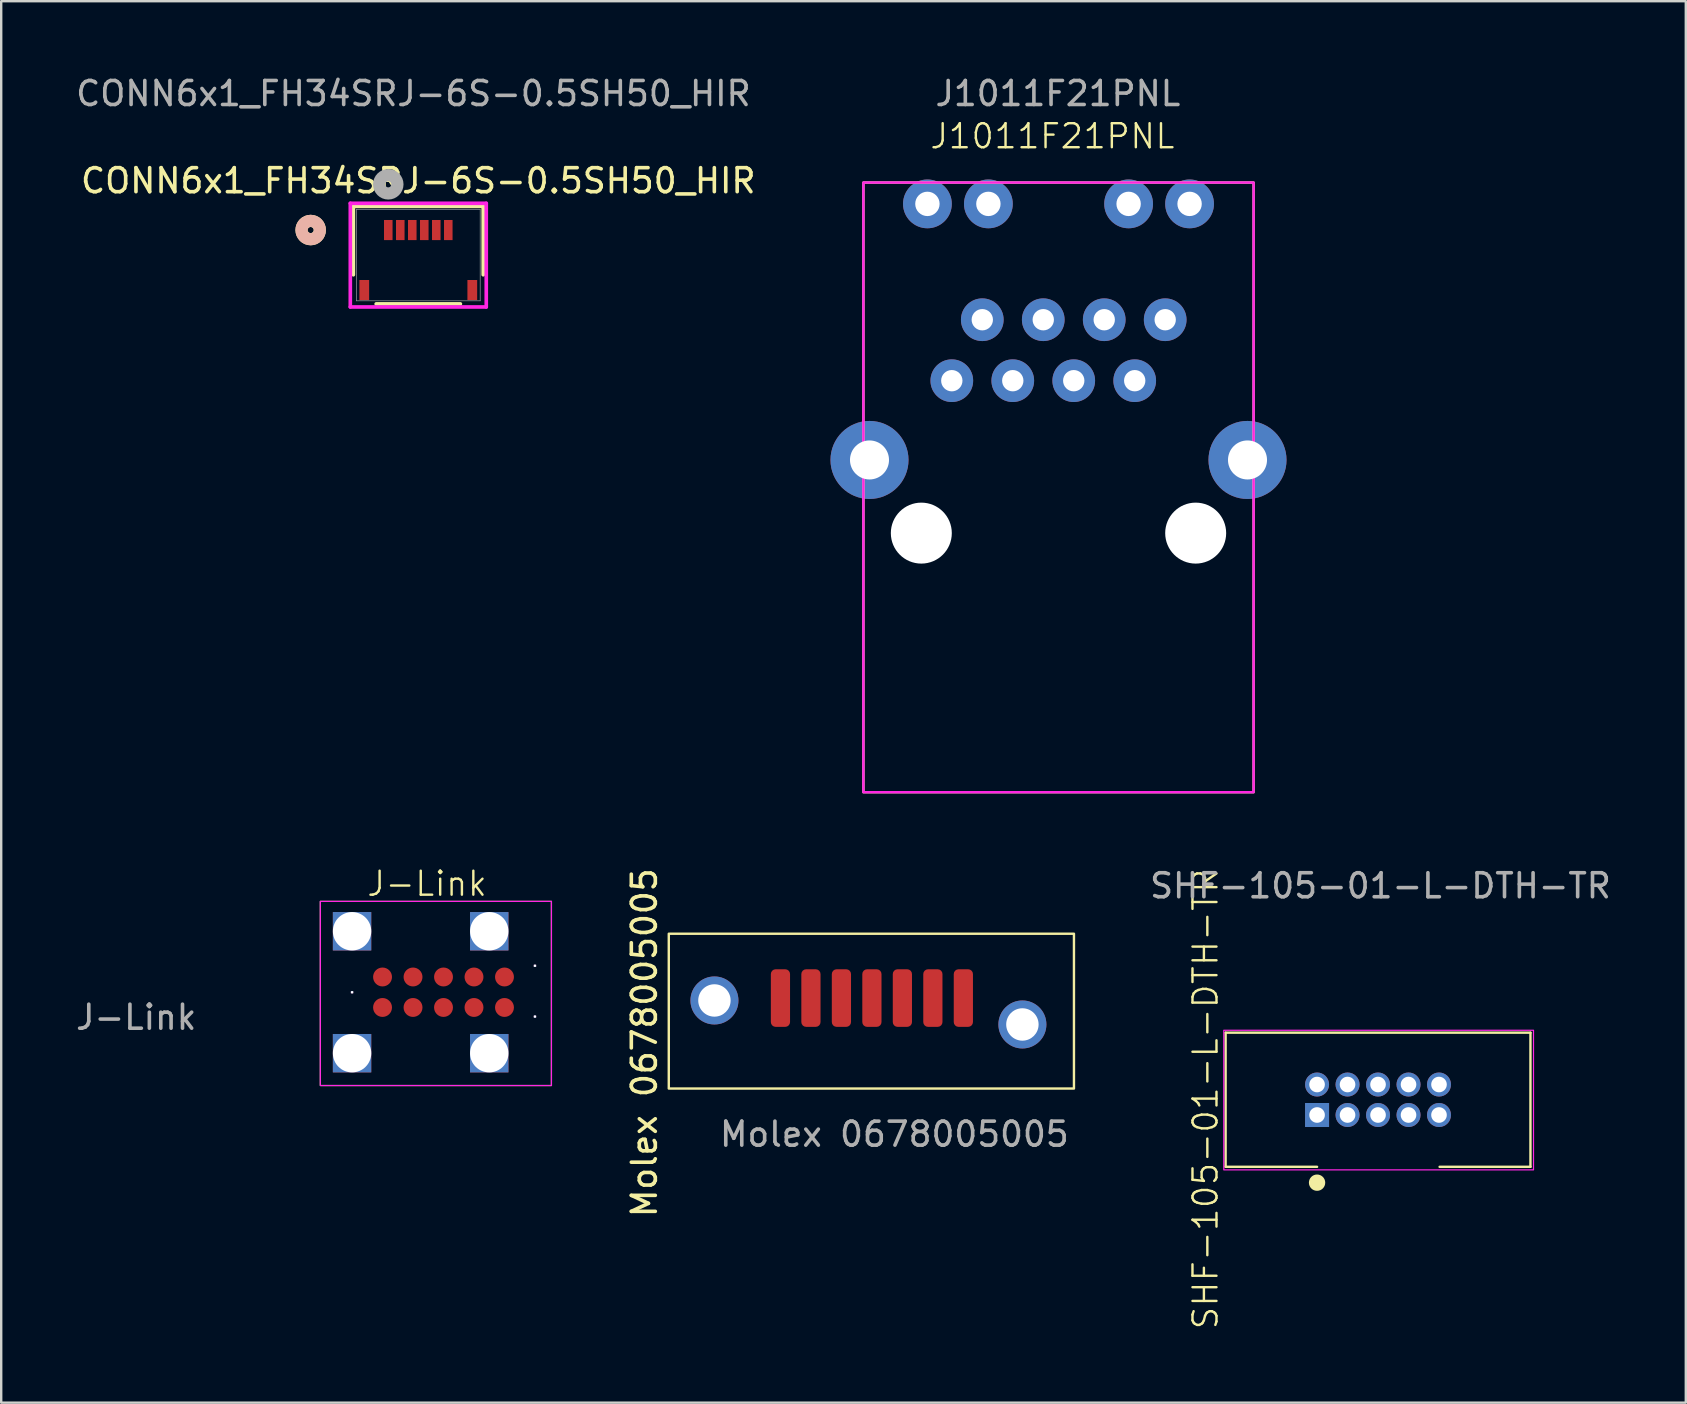
<source format=kicad_pcb>
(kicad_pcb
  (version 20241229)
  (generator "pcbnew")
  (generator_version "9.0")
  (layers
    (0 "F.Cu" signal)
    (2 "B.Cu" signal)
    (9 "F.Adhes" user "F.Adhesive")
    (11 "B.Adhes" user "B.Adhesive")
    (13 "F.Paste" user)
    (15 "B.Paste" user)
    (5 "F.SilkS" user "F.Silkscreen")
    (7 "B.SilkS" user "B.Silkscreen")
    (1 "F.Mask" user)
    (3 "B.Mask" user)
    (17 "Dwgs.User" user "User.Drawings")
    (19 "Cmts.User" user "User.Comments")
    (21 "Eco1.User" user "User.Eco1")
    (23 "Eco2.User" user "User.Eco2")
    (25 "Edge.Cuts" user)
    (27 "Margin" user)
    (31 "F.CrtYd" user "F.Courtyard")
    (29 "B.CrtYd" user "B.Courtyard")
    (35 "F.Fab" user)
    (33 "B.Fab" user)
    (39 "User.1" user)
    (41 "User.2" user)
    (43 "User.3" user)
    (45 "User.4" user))
  (footprint "SHF-105-01-L-DTH-TR"
    (layer "F.Cu")
    (at 54.36 42.767)
    (property "Reference" "SHF-105-01-L-DTH-TR" (at -7.188 -0.025 90) (unlocked yes) (layer "F.SilkS") (effects (font (size 1 1) (thickness 0.1))))
    (attr through_hole)
    (fp_line (start -6.35 -2.794) (end -6.35 2.794) (stroke (width 0.1) (type default)) (layer "F.SilkS"))
    (fp_line (start -6.35 -2.794) (end 6.35 -2.794) (stroke (width 0.1) (type default)) (layer "F.SilkS"))
    (fp_line (start -2.54 2.794) (end -6.35 2.794) (stroke (width 0.1) (type default)) (layer "F.SilkS"))
    (fp_line (start 6.35 -2.794) (end 6.35 2.794) (stroke (width 0.1) (type default)) (layer "F.SilkS"))
    (fp_line (start 6.35 2.794) (end 2.565 2.794) (stroke (width 0.1) (type default)) (layer "F.SilkS"))
    (fp_circle (center -2.54 3.454) (end -2.25 3.454) (stroke (width 0.1) (type solid)) (fill yes) (layer "F.SilkS"))
    (fp_rect (start -6.426 -2.896) (end 6.477 2.921) (stroke (width 0.05) (type default)) (fill no) (layer "F.CrtYd"))
    (fp_text user "${REFERENCE}" (at 0.102 -8.914 0) (unlocked yes) (layer "F.Fab") (effects (font (size 1 1) (thickness 0.15))))
    (pad "1" thru_hole rect (at -2.54 0.635 90) (size 1 1) (drill 0.65) (layers "*.Cu" "*.Mask"))
    (pad "2" thru_hole oval (at -2.54 -0.635 90) (size 1 1) (drill 0.65) (layers "*.Cu" "*.Mask"))
    (pad "3" thru_hole oval (at -1.27 0.635 90) (size 1 1) (drill 0.65) (layers "*.Cu" "*.Mask"))
    (pad "4" thru_hole oval (at -1.27 -0.635 90) (size 1 1) (drill 0.65) (layers "*.Cu" "*.Mask"))
    (pad "5" thru_hole oval (at 0 0.635 90) (size 1 1) (drill 0.65) (layers "*.Cu" "*.Mask"))
    (pad "6" thru_hole oval (at 0 -0.635 90) (size 1 1) (drill 0.65) (layers "*.Cu" "*.Mask"))
    (pad "7" thru_hole oval (at 1.27 0.635 90) (size 1 1) (drill 0.65) (layers "*.Cu" "*.Mask"))
    (pad "8" thru_hole oval (at 1.27 -0.635 90) (size 1 1) (drill 0.65) (layers "*.Cu" "*.Mask"))
    (pad "9" thru_hole oval (at 2.54 0.635 90) (size 1 1) (drill 0.65) (layers "*.Cu" "*.Mask"))
    (pad "10" thru_hole oval (at 2.54 -0.635 90) (size 1 1) (drill 0.65) (layers "*.Cu" "*.Mask")))
  (footprint "CONN6x1_FH34SRJ-6S-0.5SH50_HIR"
    (layer "F.Cu")
    (at 14.376 7.579)
    (property "Reference" "CONN6x1_FH34SRJ-6S-0.5SH50_HIR" (at 0 -3.099 0) (unlocked yes) (layer "F.SilkS") (effects (font (size 1 1) (thickness 0.15))))
    (attr smd)
    (fp_line (start -2.705 -2.032) (end -2.705 0.818) (stroke (width 0.152) (type solid)) (layer "F.SilkS"))
    (fp_line (start -1.754 2.032) (end 1.754 2.032) (stroke (width 0.152) (type solid)) (layer "F.SilkS"))
    (fp_line (start 2.705 -2.032) (end -2.705 -2.032) (stroke (width 0.152) (type solid)) (layer "F.SilkS"))
    (fp_line (start 2.705 0.818) (end 2.705 -2.032) (stroke (width 0.152) (type solid)) (layer "F.SilkS"))
    (fp_circle (center -4.483 -1.045) (end -4.102 -1.045) (stroke (width 0.508) (type solid)) (fill no) (layer "F.SilkS"))
    (fp_circle (center -4.483 -1.045) (end -4.102 -1.045) (stroke (width 0.508) (type solid)) (fill no) (layer "B.SilkS"))
    (fp_line (start -2.832 -2.159) (end -2.832 2.159) (stroke (width 0.152) (type solid)) (layer "F.CrtYd"))
    (fp_line (start -2.832 2.159) (end 2.832 2.159) (stroke (width 0.152) (type solid)) (layer "F.CrtYd"))
    (fp_line (start 2.832 -2.159) (end -2.832 -2.159) (stroke (width 0.152) (type solid)) (layer "F.CrtYd"))
    (fp_line (start 2.832 2.159) (end 2.832 -2.159) (stroke (width 0.152) (type solid)) (layer "F.CrtYd"))
    (fp_line (start -2.578 -1.905) (end -2.578 1.905) (stroke (width 0.025) (type solid)) (layer "F.Fab"))
    (fp_line (start -2.578 1.905) (end 2.578 1.905) (stroke (width 0.025) (type solid)) (layer "F.Fab"))
    (fp_line (start 2.578 -1.905) (end -2.578 -1.905) (stroke (width 0.025) (type solid)) (layer "F.Fab"))
    (fp_line (start 2.578 1.905) (end 2.578 -1.905) (stroke (width 0.025) (type solid)) (layer "F.Fab"))
    (fp_circle (center -1.25 -2.95) (end -0.869 -2.95) (stroke (width 0.508) (type solid)) (fill no) (layer "F.Fab"))
    (fp_text user "${REFERENCE}" (at -0.203 -6.731 0) (unlocked yes) (layer "F.Fab") (effects (font (size 1 1) (thickness 0.15))))
    (pad "1" smd rect (at -1.25 -1.045) (size 0.356 0.838) (layers "F.Cu" "F.Mask" "F.Paste"))
    (pad "2" smd rect (at -0.75 -1.045) (size 0.356 0.838) (layers "F.Cu" "F.Mask" "F.Paste"))
    (pad "3" smd rect (at -0.25 -1.045) (size 0.356 0.838) (layers "F.Cu" "F.Mask" "F.Paste"))
    (pad "4" smd rect (at 0.25 -1.045) (size 0.356 0.838) (layers "F.Cu" "F.Mask" "F.Paste"))
    (pad "5" smd rect (at 0.75 -1.045) (size 0.356 0.838) (layers "F.Cu" "F.Mask" "F.Paste"))
    (pad "6" smd rect (at 1.25 -1.045) (size 0.356 0.838) (layers "F.Cu" "F.Mask" "F.Paste"))
    (pad "7" smd rect (at -2.25 1.455) (size 0.406 0.838) (layers "F.Cu" "F.Mask" "F.Paste"))
    (pad "8" smd rect (at 2.25 1.455) (size 0.406 0.838) (layers "F.Cu" "F.Mask" "F.Paste")))
  (footprint "J-Link"
    (layer "F.Cu")
    (at 11.617 38.287)
    (property "Reference" "J-Link" (at 3.124 -4.521 0) (unlocked yes) (layer "F.SilkS") (effects (font (size 1 1) (thickness 0.1))))
    (attr through_hole)
    (fp_rect (start -1.321 -3.785) (end 8.306 3.886) (stroke (width 0.05) (type default)) (fill no) (layer "F.SilkS"))
    (fp_rect (start -1.321 -3.785) (end 8.306 3.886) (stroke (width 0.05) (type default)) (fill no) (layer "F.CrtYd"))
    (fp_text user "${REFERENCE}" (at -8.992 1.043 0) (unlocked yes) (layer "F.Fab") (effects (font (size 1 1) (thickness 0.15))))
    (pad "" np_thru_hole rect (at 0 -2.54) (size 1.6 1.6) (drill 2.375) (layers "*.Cu"))
    (pad "" np_thru_hole rect (at 0 0) (size 0.1 0.1) (drill 0.991) (layers "*.Cu"))
    (pad "" np_thru_hole rect (at 0 2.54) (size 1.6 1.6) (drill 2.375) (layers "*.Cu"))
    (pad "" np_thru_hole rect (at 5.715 -2.54) (size 1.6 1.6) (drill 2.375) (layers "*.Cu"))
    (pad "" np_thru_hole rect (at 5.715 2.54) (size 1.6 1.6) (drill 2.375) (layers "*.Cu"))
    (pad "" np_thru_hole rect (at 7.62 -1.101) (size 0.1 0.1) (drill 0.991) (layers "*.Cu"))
    (pad "" np_thru_hole rect (at 7.62 1.015) (size 0.1 0.1) (drill 0.991) (layers "*.Cu"))
    (pad "1" smd circle (at 1.27 0.635) (size 0.787 0.787) (layers "F.Cu" "F.Paste"))
    (pad "2" smd circle (at 2.54 0.635) (size 0.787 0.787) (layers "F.Cu" "F.Paste"))
    (pad "3" smd circle (at 3.81 0.635) (size 0.787 0.787) (layers "F.Cu" "F.Paste"))
    (pad "4" smd circle (at 5.08 0.635) (size 0.787 0.787) (layers "F.Cu" "F.Paste"))
    (pad "5" smd circle (at 6.35 0.635) (size 0.787 0.787) (layers "F.Cu" "F.Paste"))
    (pad "6" smd circle (at 6.35 -0.635) (size 0.787 0.787) (layers "F.Cu" "F.Paste"))
    (pad "7" smd circle (at 5.08 -0.635) (size 0.787 0.787) (layers "F.Cu" "F.Paste"))
    (pad "8" smd circle (at 3.81 -0.635) (size 0.787 0.787) (layers "F.Cu" "F.Paste"))
    (pad "9" smd circle (at 2.54 -0.635) (size 0.787 0.787) (layers "F.Cu" "F.Paste"))
    (pad "10" smd circle (at 1.27 -0.635) (size 0.787 0.787) (layers "F.Cu" "F.Paste")))
  (footprint "J1011F21PNL"
    (layer "F.Cu")
    (at 36.603 12.81)
    (property "Reference" "J1011F21PNL" (at 4.191 -10.185 0) (unlocked yes) (layer "F.SilkS") (effects (font (size 1 1) (thickness 0.1))))
    (attr through_hole)
    (fp_rect (start -3.683 -8.255) (end 12.573 17.145) (stroke (width 0.1) (type default)) (fill no) (layer "F.SilkS"))
    (fp_rect (start -3.683 -8.255) (end 12.573 17.145) (stroke (width 0.1) (type default)) (fill no) (layer "F.CrtYd"))
    (fp_text user "${REFERENCE}" (at 4.42 -11.962 0) (unlocked yes) (layer "F.Fab") (effects (font (size 1 1) (thickness 0.15))))
    (pad "" np_thru_hole circle (at -1.27 6.35) (size 2.54 2.54) (drill 3.175) (layers "*.Cu" "*.Mask"))
    (pad "" np_thru_hole circle (at 10.16 6.35) (size 2.54 2.54) (drill 3.175) (layers "*.Cu" "*.Mask"))
    (pad "1" thru_hole circle (at 8.89 -2.54) (size 1.778 1.778) (drill 0.889) (layers "*.Cu" "*.Mask"))
    (pad "2" thru_hole circle (at 7.62 0) (size 1.778 1.778) (drill 0.889) (layers "*.Cu" "*.Mask"))
    (pad "3" thru_hole circle (at 6.35 -2.54) (size 1.778 1.778) (drill 0.889) (layers "*.Cu" "*.Mask"))
    (pad "4" thru_hole circle (at 5.08 0) (size 1.778 1.778) (drill 0.889) (layers "*.Cu" "*.Mask"))
    (pad "5" thru_hole circle (at 3.81 -2.54) (size 1.778 1.778) (drill 0.889) (layers "*.Cu" "*.Mask"))
    (pad "6" thru_hole circle (at 2.54 0) (size 1.778 1.778) (drill 0.889) (layers "*.Cu" "*.Mask"))
    (pad "7" thru_hole circle (at 1.27 -2.54) (size 1.778 1.778) (drill 0.889) (layers "*.Cu" "*.Mask"))
    (pad "8" thru_hole circle (at 0 0) (size 1.778 1.778) (drill 0.889) (layers "*.Cu" "*.Mask"))
    (pad "9" thru_hole circle (at 9.906 -7.366) (size 2.032 2.032) (drill 1.016) (layers "*.Cu" "*.Mask"))
    (pad "10" thru_hole circle (at 7.366 -7.366) (size 2.032 2.032) (drill 1.016) (layers "*.Cu" "*.Mask"))
    (pad "11" thru_hole circle (at 1.524 -7.366) (size 2.032 2.032) (drill 1.016) (layers "*.Cu" "*.Mask"))
    (pad "12" thru_hole circle (at -1.016 -7.366) (size 2.032 2.032) (drill 1.016) (layers "*.Cu" "*.Mask"))
    (pad "13" thru_hole circle (at -3.429 3.302) (size 3.251 3.251) (drill 1.626) (layers "*.Cu" "*.Mask"))
    (pad "14" thru_hole circle (at 12.319 3.302) (size 3.251 3.251) (drill 1.626) (layers "*.Cu" "*.Mask")))
  (footprint "Molex 0678005005"
    (layer "F.Cu")
    (at 39.544 39.63)
    (property "Reference" "Molex 0678005005" (at -15.748 0.762 90) (unlocked yes) (layer "F.SilkS") (effects (font (size 1 1) (thickness 0.15))))
    (attr smd)
    (fp_rect (start -14.732 -3.78) (end 2.148 2.67) (stroke (width 0.1) (type default)) (fill no) (layer "F.SilkS"))
    (fp_text user "${REFERENCE}" (at -5.334 4.572 0) (unlocked yes) (layer "F.Fab") (effects (font (size 1 1) (thickness 0.15))))
    (pad "1" smd roundrect (at -2.46 -1.1 90) (size 2.4 0.8) (layers "F.Cu" "F.Mask" "F.Paste") (roundrect_rratio 0.25))
    (pad "2" smd roundrect (at -3.73 -1.1 90) (size 2.4 0.8) (layers "F.Cu" "F.Mask" "F.Paste") (roundrect_rratio 0.25))
    (pad "3" smd roundrect (at -5 -1.1 90) (size 2.4 0.8) (layers "F.Cu" "F.Mask" "F.Paste") (roundrect_rratio 0.25))
    (pad "4" smd roundrect (at -6.27 -1.1 90) (size 2.4 0.8) (layers "F.Cu" "F.Mask" "F.Paste") (roundrect_rratio 0.25))
    (pad "5" smd roundrect (at -7.54 -1.1 90) (size 2.4 0.8) (layers "F.Cu" "F.Mask" "F.Paste") (roundrect_rratio 0.25))
    (pad "6" smd roundrect (at -8.81 -1.1 90) (size 2.4 0.8) (layers "F.Cu" "F.Mask" "F.Paste") (roundrect_rratio 0.25))
    (pad "7" smd roundrect (at -10.08 -1.1 90) (size 2.4 0.8) (layers "F.Cu" "F.Mask" "F.Paste") (roundrect_rratio 0.25))
    (pad "8" thru_hole circle (at -12.83 -1 90) (size 2 2) (drill 1.35) (layers "*.Cu" "*.Mask"))
    (pad "8" thru_hole circle (at 0 0 90) (size 2 2) (drill 1.35) (layers "*.Cu" "*.Mask")))
  (gr_rect
    (start -3 -3)
    (end 67.182 55.387)
    (stroke (width 0.1) (type default))
    (fill no)
    (layer "Edge.Cuts")))
</source>
